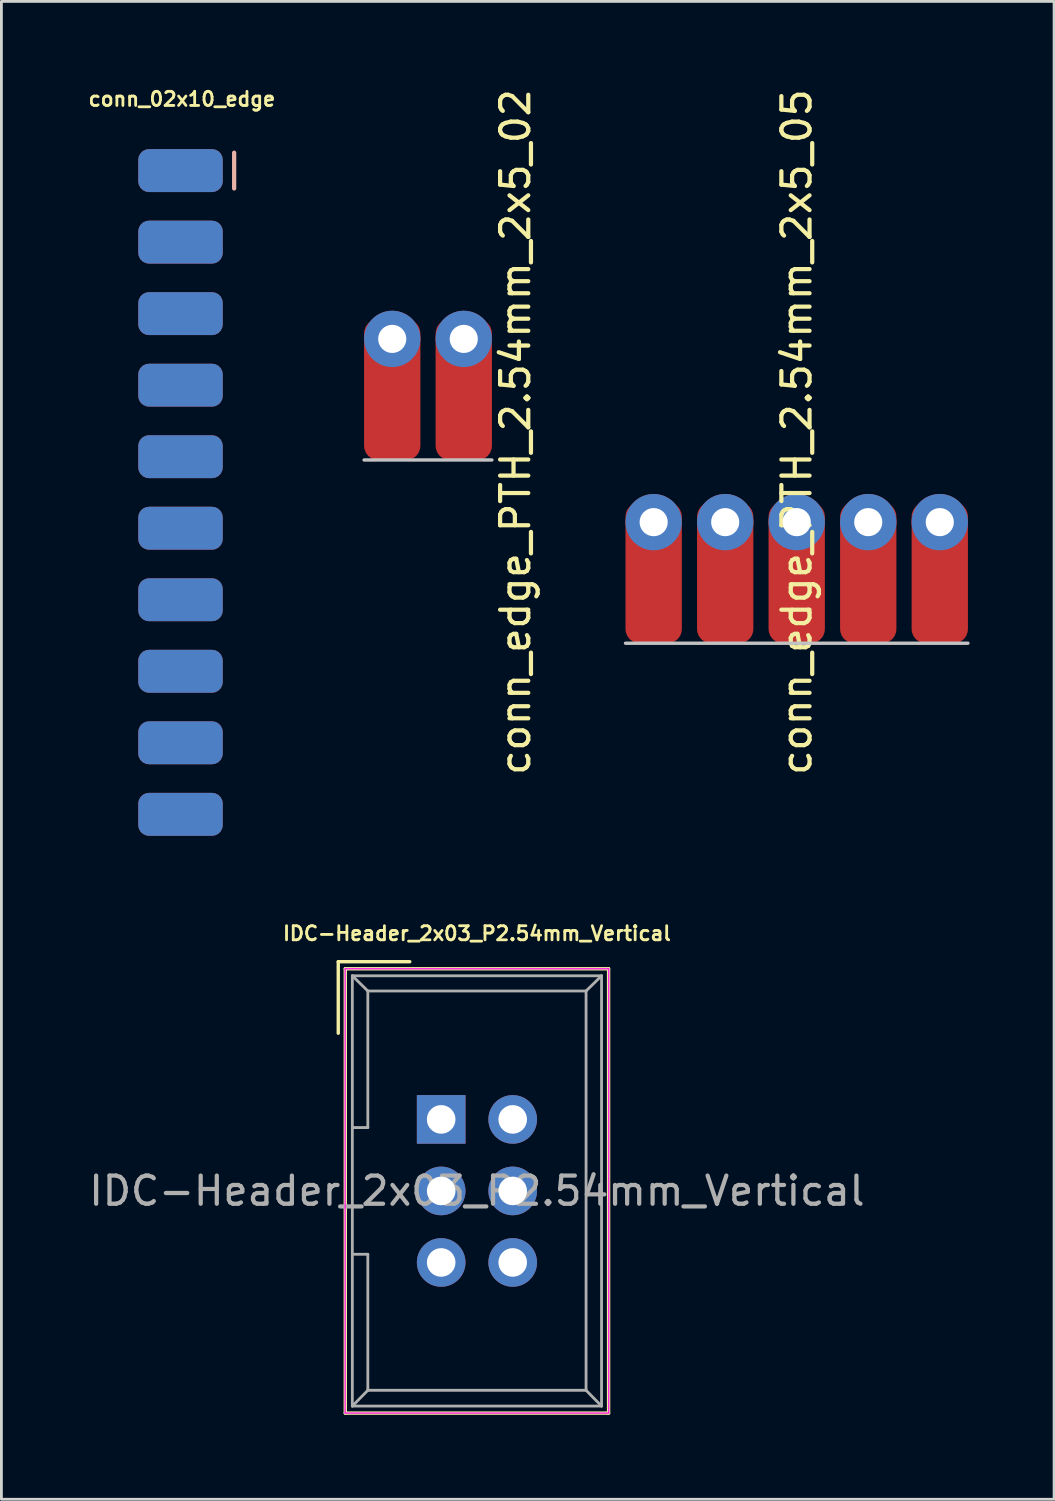
<source format=kicad_pcb>
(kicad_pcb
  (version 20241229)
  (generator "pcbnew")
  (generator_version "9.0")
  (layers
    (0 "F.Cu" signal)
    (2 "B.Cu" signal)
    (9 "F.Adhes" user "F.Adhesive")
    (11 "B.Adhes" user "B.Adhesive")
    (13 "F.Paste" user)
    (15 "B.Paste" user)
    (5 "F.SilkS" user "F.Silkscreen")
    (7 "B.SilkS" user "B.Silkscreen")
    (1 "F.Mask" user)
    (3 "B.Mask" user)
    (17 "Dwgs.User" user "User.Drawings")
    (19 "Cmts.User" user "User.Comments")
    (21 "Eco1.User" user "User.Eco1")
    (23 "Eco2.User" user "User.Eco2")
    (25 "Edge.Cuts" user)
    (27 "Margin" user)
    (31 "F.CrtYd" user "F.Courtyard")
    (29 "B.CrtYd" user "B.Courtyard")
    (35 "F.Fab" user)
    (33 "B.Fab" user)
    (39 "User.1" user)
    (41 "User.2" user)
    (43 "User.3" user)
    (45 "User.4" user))
  (footprint "conn_edge_PTH_2.54mm_2x5_05"
    (layer "F.Cu")
    (at 25.243 16.492)
    (property "Reference" "conn_edge_PTH_2.54mm_2x5_05" (at 0 -4.2 270) (layer "F.SilkS") (effects (font (size 1 1) (thickness 0.15))))
    (attr through_hole)
    (fp_line (start -6.08 3.3) (end 6.08 3.3) (stroke (width 0.12) (type solid)) (layer "Dwgs.User"))
    (pad "1" thru_hole circle (at -5.08 -1) (size 2 2) (drill 1) (layers "*.Cu" "*.Mask"))
    (pad "1" smd roundrect (at -5.08 -1) (size 2 5) (drill (offset 0 1.8)) (layers "F.Cu" "F.Mask") (roundrect_rratio 0.25))
    (pad "2" thru_hole circle (at -2.54 -1) (size 2 2) (drill 1) (layers "*.Cu" "*.Mask"))
    (pad "2" smd roundrect (at -2.54 -1) (size 2 5) (drill (offset 0 1.8)) (layers "F.Cu" "F.Mask") (roundrect_rratio 0.25))
    (pad "3" thru_hole circle (at 0 -1) (size 2 2) (drill 1) (layers "*.Cu" "*.Mask"))
    (pad "3" smd roundrect (at 0 -1) (size 2 5) (drill (offset 0 1.8)) (layers "F.Cu" "F.Mask") (roundrect_rratio 0.25))
    (pad "4" thru_hole circle (at 2.54 -1) (size 2 2) (drill 1) (layers "*.Cu" "*.Mask"))
    (pad "4" smd roundrect (at 2.54 -1) (size 2 5) (drill (offset 0 1.8)) (layers "F.Cu" "F.Mask") (roundrect_rratio 0.25))
    (pad "5" thru_hole circle (at 5.08 -1) (size 2 2) (drill 1) (layers "*.Cu" "*.Mask"))
    (pad "5" smd roundrect (at 5.08 -1) (size 2 5) (drill (offset 0 1.8)) (layers "F.Cu" "F.Mask") (roundrect_rratio 0.25)))
  (footprint "conn_02x10_edge"
    (layer "F.Cu")
    (at 3.36 14.438)
    (property "Reference" "conn_02x10_edge" (at 0.05 -13.97 0) (layer "F.SilkS") (effects (font (size 0.5 0.5) (thickness 0.1))))
    (attr through_hole)
    (fp_line (start 1.905 -12.065) (end 1.905 -10.795) (stroke (width 0.15) (type solid)) (layer "B.SilkS"))
    (pad "1" smd roundrect (at 0 -11.43) (size 3 1.524) (layers "B.Cu" "B.Mask") (roundrect_rratio 0.25))
    (pad "2" smd roundrect (at 0 -11.43) (size 3 1.524) (layers "F.Cu" "F.Mask") (roundrect_rratio 0.25))
    (pad "3" smd roundrect (at 0 -8.89) (size 3 1.524) (layers "B.Cu" "B.Mask") (roundrect_rratio 0.25))
    (pad "4" smd roundrect (at 0 -8.89) (size 3 1.524) (layers "F.Cu" "F.Mask") (roundrect_rratio 0.25))
    (pad "5" smd roundrect (at 0 -6.35) (size 3 1.524) (layers "B.Cu" "B.Mask") (roundrect_rratio 0.25))
    (pad "6" smd roundrect (at 0 -6.35) (size 3 1.524) (layers "F.Cu" "F.Mask") (roundrect_rratio 0.25))
    (pad "7" smd roundrect (at 0 -3.81) (size 3 1.524) (layers "B.Cu" "B.Mask") (roundrect_rratio 0.25))
    (pad "8" smd roundrect (at 0 -3.81) (size 3 1.524) (layers "F.Cu" "F.Mask") (roundrect_rratio 0.25))
    (pad "9" smd roundrect (at 0 -1.27) (size 3 1.524) (layers "B.Cu" "B.Mask") (roundrect_rratio 0.25))
    (pad "10" smd roundrect (at 0 -1.27) (size 3 1.524) (layers "F.Cu" "F.Mask") (roundrect_rratio 0.25))
    (pad "11" smd roundrect (at 0 1.27) (size 3 1.524) (layers "B.Cu" "B.Mask") (roundrect_rratio 0.25))
    (pad "12" smd roundrect (at 0 1.27) (size 3 1.524) (layers "F.Cu" "F.Mask") (roundrect_rratio 0.25))
    (pad "13" smd roundrect (at 0 3.81) (size 3 1.524) (layers "B.Cu" "B.Mask") (roundrect_rratio 0.25))
    (pad "14" smd roundrect (at 0 3.81) (size 3 1.524) (layers "F.Cu" "F.Mask") (roundrect_rratio 0.25))
    (pad "15" smd roundrect (at 0 6.35) (size 3 1.524) (layers "B.Cu" "B.Mask") (roundrect_rratio 0.25))
    (pad "16" smd roundrect (at 0 6.35) (size 3 1.524) (layers "F.Cu" "F.Mask") (roundrect_rratio 0.25))
    (pad "17" smd roundrect (at 0 8.89) (size 3 1.524) (layers "B.Cu" "B.Mask") (roundrect_rratio 0.25))
    (pad "18" smd roundrect (at 0 8.89) (size 3 1.524) (layers "F.Cu" "F.Mask") (roundrect_rratio 0.25))
    (pad "19" smd roundrect (at 0 11.43) (size 3 1.524) (layers "B.Cu" "B.Mask") (roundrect_rratio 0.25))
    (pad "20" smd roundrect (at 0 11.43) (size 3 1.524) (layers "F.Cu" "F.Mask") (roundrect_rratio 0.25)))
  (footprint "conn_edge_PTH_2.54mm_2x5_02"
    (layer "F.Cu")
    (at 12.149 9.985)
    (property "Reference" "conn_edge_PTH_2.54mm_2x5_02" (at 3.106 2.307 90) (layer "F.SilkS") (effects (font (size 1 1) (thickness 0.15))))
    (attr through_hole)
    (fp_line (start -2.27 3.3) (end 2.27 3.3) (stroke (width 0.12) (type solid)) (layer "Dwgs.User"))
    (pad "1" thru_hole circle (at -1.27 -1) (size 2 2) (drill 1) (layers "*.Cu" "*.Mask"))
    (pad "1" smd roundrect (at -1.27 -1) (size 2 5) (drill (offset 0 1.8)) (layers "F.Cu" "F.Mask") (roundrect_rratio 0.25))
    (pad "2" thru_hole circle (at 1.27 -1) (size 2 2) (drill 1) (layers "*.Cu" "*.Mask"))
    (pad "2" smd roundrect (at 1.27 -1) (size 2 5) (drill (offset 0 1.8)) (layers "F.Cu" "F.Mask") (roundrect_rratio 0.25)))
  (footprint "IDC-Header_2x03_P2.54mm_Vertical"
    (layer "F.Cu")
    (at 12.617 36.702)
    (property "Reference" "IDC-Header_2x03_P2.54mm_Vertical" (at 1.27 -6.604 0) (layer "F.SilkS") (effects (font (size 0.5 0.5) (thickness 0.1))))
    (attr through_hole)
    (fp_line (start -3.655 -5.6) (end -3.655 -3.06) (stroke (width 0.12) (type solid)) (layer "F.SilkS"))
    (fp_line (start -3.655 -5.6) (end -1.115 -5.6) (stroke (width 0.12) (type solid)) (layer "F.SilkS"))
    (fp_line (start -3.405 -5.35) (end 5.945 -5.35) (stroke (width 0.12) (type solid)) (layer "F.SilkS"))
    (fp_line (start -3.405 10.43) (end -3.405 -5.35) (stroke (width 0.12) (type solid)) (layer "F.SilkS"))
    (fp_line (start 5.945 -5.35) (end 5.945 10.43) (stroke (width 0.12) (type solid)) (layer "F.SilkS"))
    (fp_line (start 5.945 10.43) (end -3.405 10.43) (stroke (width 0.12) (type solid)) (layer "F.SilkS"))
    (fp_line (start -3.41 -5.35) (end 5.95 -5.35) (stroke (width 0.05) (type solid)) (layer "F.CrtYd"))
    (fp_line (start -3.41 10.43) (end -3.41 -5.35) (stroke (width 0.05) (type solid)) (layer "F.CrtYd"))
    (fp_line (start 5.95 -5.35) (end 5.95 10.43) (stroke (width 0.05) (type solid)) (layer "F.CrtYd"))
    (fp_line (start 5.95 10.43) (end -3.41 10.43) (stroke (width 0.05) (type solid)) (layer "F.CrtYd"))
    (fp_line (start -3.155 -5.1) (end -3.155 10.18) (stroke (width 0.1) (type solid)) (layer "F.Fab"))
    (fp_line (start -3.155 -5.1) (end -2.605 -4.56) (stroke (width 0.1) (type solid)) (layer "F.Fab"))
    (fp_line (start -3.155 10.18) (end -2.605 9.62) (stroke (width 0.1) (type solid)) (layer "F.Fab"))
    (fp_line (start -2.605 -4.56) (end -2.605 0.29) (stroke (width 0.1) (type solid)) (layer "F.Fab"))
    (fp_line (start -2.605 0.29) (end -3.155 0.29) (stroke (width 0.1) (type solid)) (layer "F.Fab"))
    (fp_line (start -2.605 4.79) (end -3.155 4.79) (stroke (width 0.1) (type solid)) (layer "F.Fab"))
    (fp_line (start -2.605 4.79) (end -2.605 9.62) (stroke (width 0.1) (type solid)) (layer "F.Fab"))
    (fp_line (start 5.145 -4.56) (end -2.605 -4.56) (stroke (width 0.1) (type solid)) (layer "F.Fab"))
    (fp_line (start 5.145 -4.56) (end 5.145 9.62) (stroke (width 0.1) (type solid)) (layer "F.Fab"))
    (fp_line (start 5.145 9.62) (end -2.605 9.62) (stroke (width 0.1) (type solid)) (layer "F.Fab"))
    (fp_line (start 5.695 -5.1) (end -3.155 -5.1) (stroke (width 0.1) (type solid)) (layer "F.Fab"))
    (fp_line (start 5.695 -5.1) (end 5.145 -4.56) (stroke (width 0.1) (type solid)) (layer "F.Fab"))
    (fp_line (start 5.695 -5.1) (end 5.695 10.18) (stroke (width 0.1) (type solid)) (layer "F.Fab"))
    (fp_line (start 5.695 10.18) (end -3.155 10.18) (stroke (width 0.1) (type solid)) (layer "F.Fab"))
    (fp_line (start 5.695 10.18) (end 5.145 9.62) (stroke (width 0.1) (type solid)) (layer "F.Fab"))
    (fp_text user "${REFERENCE}" (at 1.27 2.54 0) (layer "F.Fab") (effects (font (size 1 1) (thickness 0.15))))
    (pad "1" thru_hole rect (at 0 0) (size 1.727 1.727) (drill 1.016) (layers "*.Cu" "*.Mask"))
    (pad "2" thru_hole oval (at 2.54 0) (size 1.727 1.727) (drill 1.016) (layers "*.Cu" "*.Mask"))
    (pad "3" thru_hole oval (at 0 2.54) (size 1.727 1.727) (drill 1.016) (layers "*.Cu" "*.Mask"))
    (pad "4" thru_hole oval (at 2.54 2.54) (size 1.727 1.727) (drill 1.016) (layers "*.Cu" "*.Mask"))
    (pad "5" thru_hole oval (at 0 5.08) (size 1.727 1.727) (drill 1.016) (layers "*.Cu" "*.Mask"))
    (pad "6" thru_hole oval (at 2.54 5.08) (size 1.727 1.727) (drill 1.016) (layers "*.Cu" "*.Mask")))
  (gr_rect
    (start -3 -3)
    (end 34.383 50.192)
    (stroke (width 0.1) (type default))
    (fill no)
    (layer "Edge.Cuts")))
</source>
